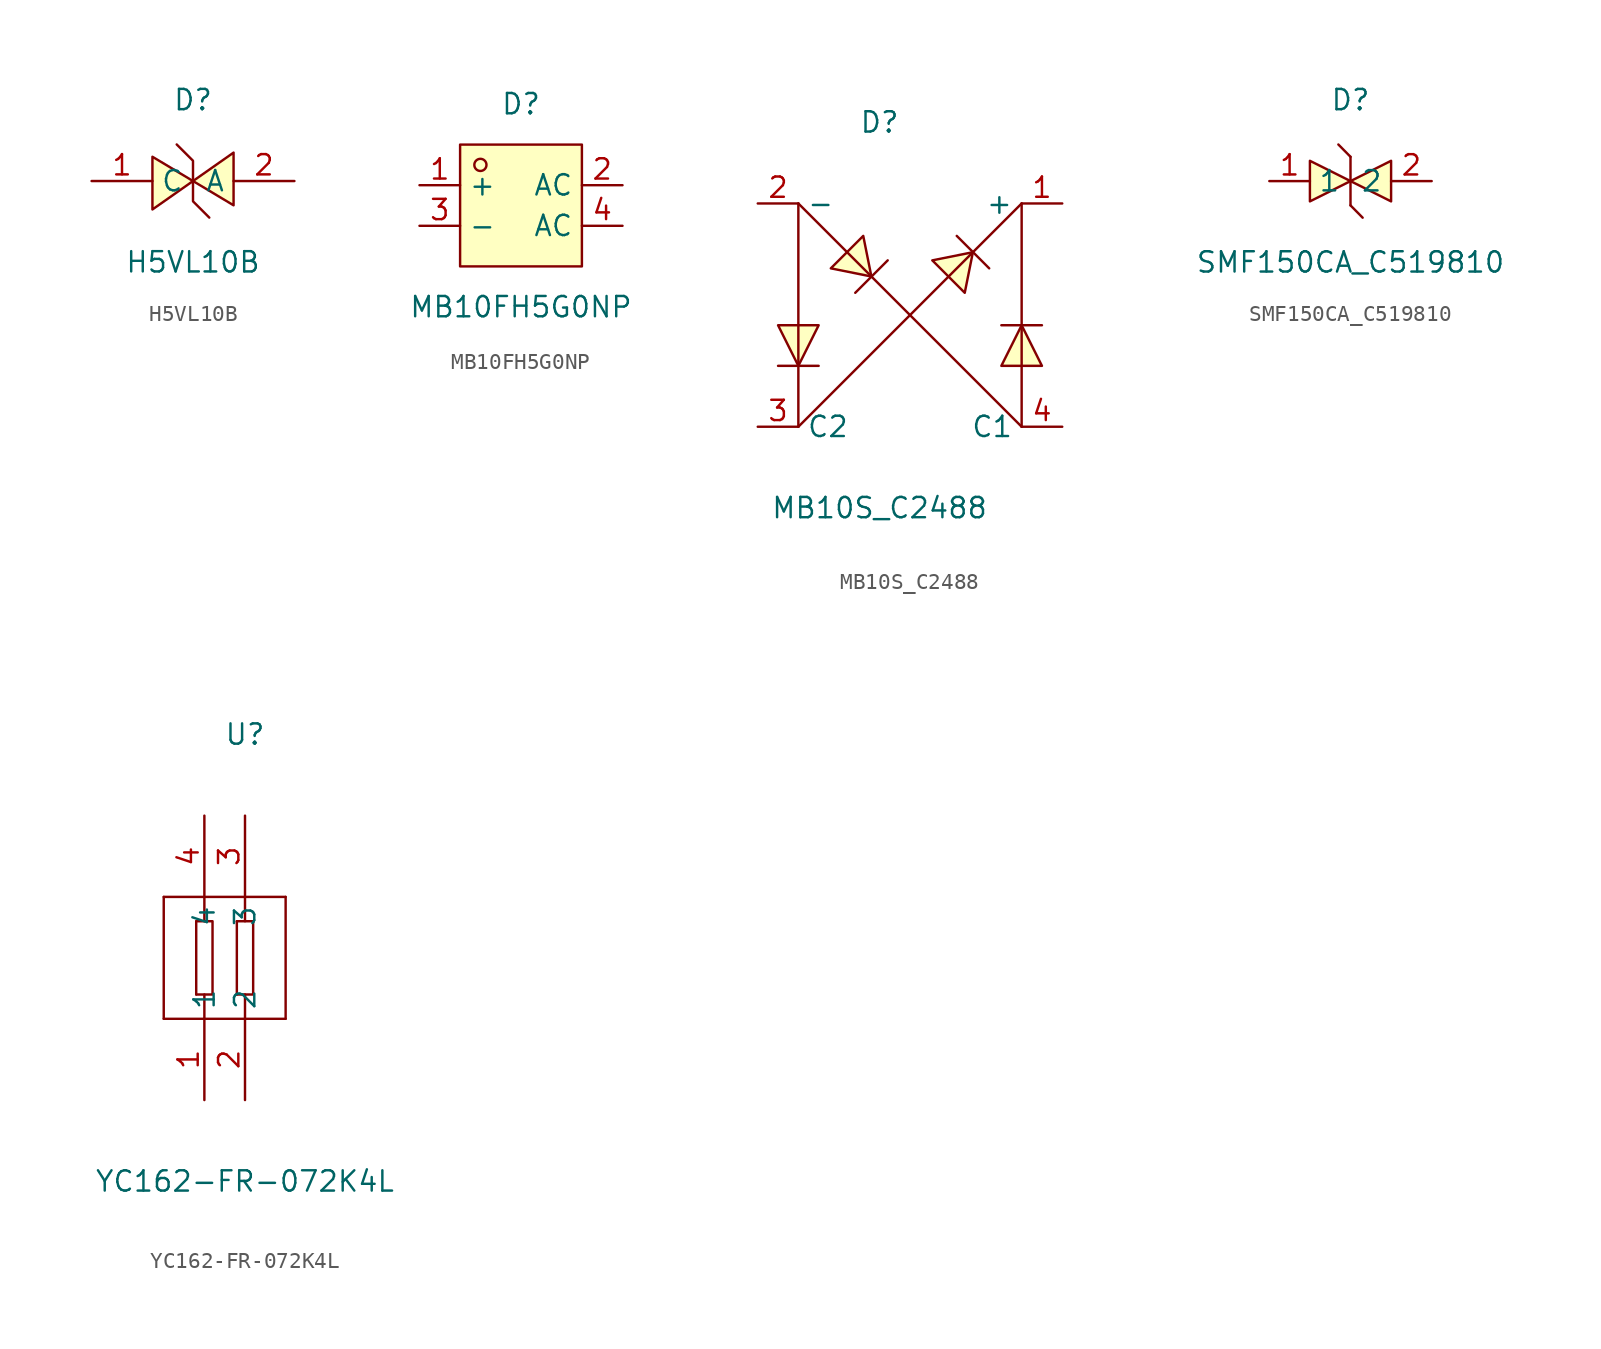
<source format=kicad_sym>
(kicad_symbol_lib
  (version 20231120)
  (generator "kicad_symbol_editor")
  (generator_version "8.0")
  (symbol "H5VL10B"
    (property "Reference" "D"
      (at 0 5.08 0)
      (effects (font (size 1.27 1.27))))
    (property "Value" "H5VL10B"
      (at 0 -5.08 0)
      (effects (font (size 1.27 1.27))))
    (symbol "H5VL10B_0_1"
      (polyline (pts (xy 2.54 -1.52) (xy 0.00 -0.00) (xy 2.54 1.78) (xy 2.54 -1.52)) (stroke (width 0) (type default) (color 0 0 0 0)) (fill (type background)))
      (polyline (pts (xy -2.54 1.52) (xy 0.00 -0.00) (xy -2.54 -1.78) (xy -2.54 1.52)) (stroke (width 0) (type default) (color 0 0 0 0)) (fill (type background)))
      (polyline (pts (xy -1.02 2.29) (xy 0.00 1.27) (xy 0.00 -1.27) (xy 1.02 -2.29)) (stroke (width 0) (type default) (color 0 0 0 0)) (fill (type none)))
      (pin unspecified line (at -6.35 -0.00 0) (length 3.81) (name "C" (effects (font (size 1.27 1.27)))) (number "1" (effects (font (size 1.27 1.27)))))
      (pin unspecified line (at 6.35 -0.00 180) (length 3.81) (name "A" (effects (font (size 1.27 1.27)))) (number "2" (effects (font (size 1.27 1.27)))))))
  (symbol "MB10FH5G0NP"
    (property "Reference" "D"
      (at 0 6.35 0)
      (effects (font (size 1.27 1.27))))
    (property "Value" "MB10FH5G0NP"
      (at 0 -6.35 0)
      (effects (font (size 1.27 1.27))))
    (symbol "MB10FH5G0NP_0_1"
      (rectangle (start -3.81 3.81) (end 3.81 -3.81) (stroke (width 0) (type default) (color 0 0 0 0)) (fill (type background)))
      (circle (center -2.54 2.54) (radius 0.38) (stroke (width 0) (type default) (color 0 0 0 0)) (fill (type none)))
      (pin unspecified line (at 6.35 -1.27 180) (length 2.54) (name "AC" (effects (font (size 1.27 1.27)))) (number "4" (effects (font (size 1.27 1.27)))))
      (pin unspecified line (at 6.35 1.27 180) (length 2.54) (name "AC" (effects (font (size 1.27 1.27)))) (number "2" (effects (font (size 1.27 1.27)))))
      (pin unspecified line (at -6.35 1.27 0) (length 2.54) (name "+" (effects (font (size 1.27 1.27)))) (number "1" (effects (font (size 1.27 1.27)))))
      (pin unspecified line (at -6.35 -1.27 0) (length 2.54) (name "-" (effects (font (size 1.27 1.27)))) (number "3" (effects (font (size 1.27 1.27)))))))
  (symbol "MB10S_C2488"
    (property "Reference" "D"
      (at 0 12.70 0)
      (effects (font (size 1.27 1.27))))
    (property "Value" "MB10S_C2488"
      (at 0 -11.43 0)
      (effects (font (size 1.27 1.27))))
    (symbol "MB10S_C2488_0_1"
      (polyline (pts (xy 0.51 4.06) (xy -1.52 2.03)) (stroke (width 0) (type default) (color 0 0 0 0)) (fill (type none)))
      (polyline (pts (xy 4.83 5.59) (xy 6.86 3.56)) (stroke (width 0) (type default) (color 0 0 0 0)) (fill (type none)))
      (polyline (pts (xy -5.08 7.62) (xy 8.89 -6.35)) (stroke (width 0) (type default) (color 0 0 0 0)) (fill (type none)))
      (polyline (pts (xy -6.35 -0.00) (xy -3.81 -0.00) (xy -5.08 -2.54) (xy -6.35 -0.00) (xy -6.35 -0.00)) (stroke (width 0) (type default) (color 0 0 0 0)) (fill (type background)))
      (polyline (pts (xy -6.35 -2.54) (xy -3.81 -2.54)) (stroke (width 0) (type default) (color 0 0 0 0)) (fill (type none)))
      (polyline (pts (xy -5.08 7.62) (xy -5.08 -6.35)) (stroke (width 0) (type default) (color 0 0 0 0)) (fill (type none)))
      (polyline (pts (xy 10.16 -2.54) (xy 7.62 -2.54) (xy 8.89 -0.00) (xy 10.16 -2.54) (xy 10.16 -2.54)) (stroke (width 0) (type default) (color 0 0 0 0)) (fill (type background)))
      (polyline (pts (xy 10.16 -0.00) (xy 7.62 -0.00)) (stroke (width 0) (type default) (color 0 0 0 0)) (fill (type none)))
      (polyline (pts (xy -5.08 -6.35) (xy 8.89 7.62)) (stroke (width 0) (type default) (color 0 0 0 0)) (fill (type none)))
      (polyline (pts (xy 8.89 7.62) (xy 8.89 -6.35)) (stroke (width 0) (type default) (color 0 0 0 0)) (fill (type none)))
      (polyline (pts (xy -1.02 5.59) (xy -0.51 3.05) (xy -3.05 3.56) (xy -1.02 5.59)) (stroke (width 0) (type default) (color 0 0 0 0)) (fill (type background)))
      (polyline (pts (xy 3.30 4.06) (xy 5.84 4.57) (xy 5.33 2.03) (xy 3.30 4.06)) (stroke (width 0) (type default) (color 0 0 0 0)) (fill (type background)))
      (pin unspecified line (at 11.43 -6.35 180) (length 2.54) (name "C1" (effects (font (size 1.27 1.27)))) (number "4" (effects (font (size 1.27 1.27)))))
      (pin unspecified line (at 11.43 7.62 180) (length 2.54) (name "+" (effects (font (size 1.27 1.27)))) (number "1" (effects (font (size 1.27 1.27)))))
      (pin unspecified line (at -7.62 7.62 0) (length 2.54) (name "-" (effects (font (size 1.27 1.27)))) (number "2" (effects (font (size 1.27 1.27)))))
      (pin unspecified line (at -7.62 -6.35 0) (length 2.54) (name "C2" (effects (font (size 1.27 1.27)))) (number "3" (effects (font (size 1.27 1.27)))))))
  (symbol "SMF150CA_C519810"
    (property "Reference" "D"
      (at 0 5.08 0)
      (effects (font (size 1.27 1.27))))
    (property "Value" "SMF150CA_C519810"
      (at 0 -5.08 0)
      (effects (font (size 1.27 1.27))))
    (symbol "SMF150CA_C519810_0_1"
      (polyline (pts (xy 0.76 -2.29) (xy 0.00 -1.52)) (stroke (width 0) (type default) (color 0 0 0 0)) (fill (type none)))
      (polyline (pts (xy 0.00 1.52) (xy -0.76 2.29)) (stroke (width 0) (type default) (color 0 0 0 0)) (fill (type none)))
      (polyline (pts (xy 0.00 1.52) (xy 0.00 -1.52)) (stroke (width 0) (type default) (color 0 0 0 0)) (fill (type none)))
      (polyline (pts (xy 2.54 1.27) (xy 0.00 -0.00) (xy 2.54 -1.27) (xy 2.54 1.27)) (stroke (width 0) (type default) (color 0 0 0 0)) (fill (type background)))
      (polyline (pts (xy -2.54 1.27) (xy 0.00 -0.00) (xy -2.54 -1.27) (xy -2.54 1.27)) (stroke (width 0) (type default) (color 0 0 0 0)) (fill (type background)))
      (pin unspecified line (at -5.08 -0.00 0) (length 2.54) (name "1" (effects (font (size 1.27 1.27)))) (number "1" (effects (font (size 1.27 1.27)))))
      (pin unspecified line (at 5.08 -0.00 180) (length 2.54) (name "2" (effects (font (size 1.27 1.27)))) (number "2" (effects (font (size 1.27 1.27)))))))
  (symbol "YC162-FR-072K4L"
    (property "Reference" "U"
      (at 0 13.97 0)
      (effects (font (size 1.27 1.27))))
    (property "Value" "YC162-FR-072K4L"
      (at 0 -13.97 0)
      (effects (font (size 1.27 1.27))))
    (symbol "YC162-FR-072K4L_0_1"
      (polyline (pts (xy -5.08 -3.81) (xy 2.54 -3.81)) (stroke (width 0) (type default) (color 0 0 0 0)) (fill (type none)))
      (polyline (pts (xy -5.08 3.81) (xy 2.54 3.81)) (stroke (width 0) (type default) (color 0 0 0 0)) (fill (type none)))
      (polyline (pts (xy -2.54 -3.81) (xy -2.54 -2.29)) (stroke (width 0) (type default) (color 0 0 0 0)) (fill (type none)))
      (polyline (pts (xy -5.08 -3.81) (xy -5.08 3.81)) (stroke (width 0) (type default) (color 0 0 0 0)) (fill (type none)))
      (polyline (pts (xy 0.00 -3.81) (xy 0.00 -2.29)) (stroke (width 0) (type default) (color 0 0 0 0)) (fill (type none)))
      (polyline (pts (xy -3.05 -2.29) (xy -3.05 2.29)) (stroke (width 0) (type default) (color 0 0 0 0)) (fill (type none)))
      (polyline (pts (xy -3.05 -2.29) (xy -2.03 -2.29) (xy -2.03 2.29) (xy -3.05 2.29)) (stroke (width 0) (type default) (color 0 0 0 0)) (fill (type none)))
      (polyline (pts (xy -0.51 -2.29) (xy -0.51 2.29)) (stroke (width 0) (type default) (color 0 0 0 0)) (fill (type none)))
      (polyline (pts (xy -0.51 -2.29) (xy 0.51 -2.29) (xy 0.51 2.29) (xy -0.51 2.29)) (stroke (width 0) (type default) (color 0 0 0 0)) (fill (type none)))
      (polyline (pts (xy -2.54 2.29) (xy -2.54 3.81)) (stroke (width 0) (type default) (color 0 0 0 0)) (fill (type none)))
      (polyline (pts (xy 0.00 2.29) (xy 0.00 3.81)) (stroke (width 0) (type default) (color 0 0 0 0)) (fill (type none)))
      (polyline (pts (xy 2.54 -3.81) (xy 2.54 3.81)) (stroke (width 0) (type default) (color 0 0 0 0)) (fill (type none)))
      (pin input line (at -2.54 -8.89 90) (length 5.08) (name "1" (effects (font (size 1.27 1.27)))) (number "1" (effects (font (size 1.27 1.27)))))
      (pin input line (at 0.00 -8.89 90) (length 5.08) (name "2" (effects (font (size 1.27 1.27)))) (number "2" (effects (font (size 1.27 1.27)))))
      (pin input line (at 0.00 8.89 270) (length 5.08) (name "3" (effects (font (size 1.27 1.27)))) (number "3" (effects (font (size 1.27 1.27)))))
      (pin input line (at -2.54 8.89 270) (length 5.08) (name "4" (effects (font (size 1.27 1.27)))) (number "4" (effects (font (size 1.27 1.27))))))))
</source>
